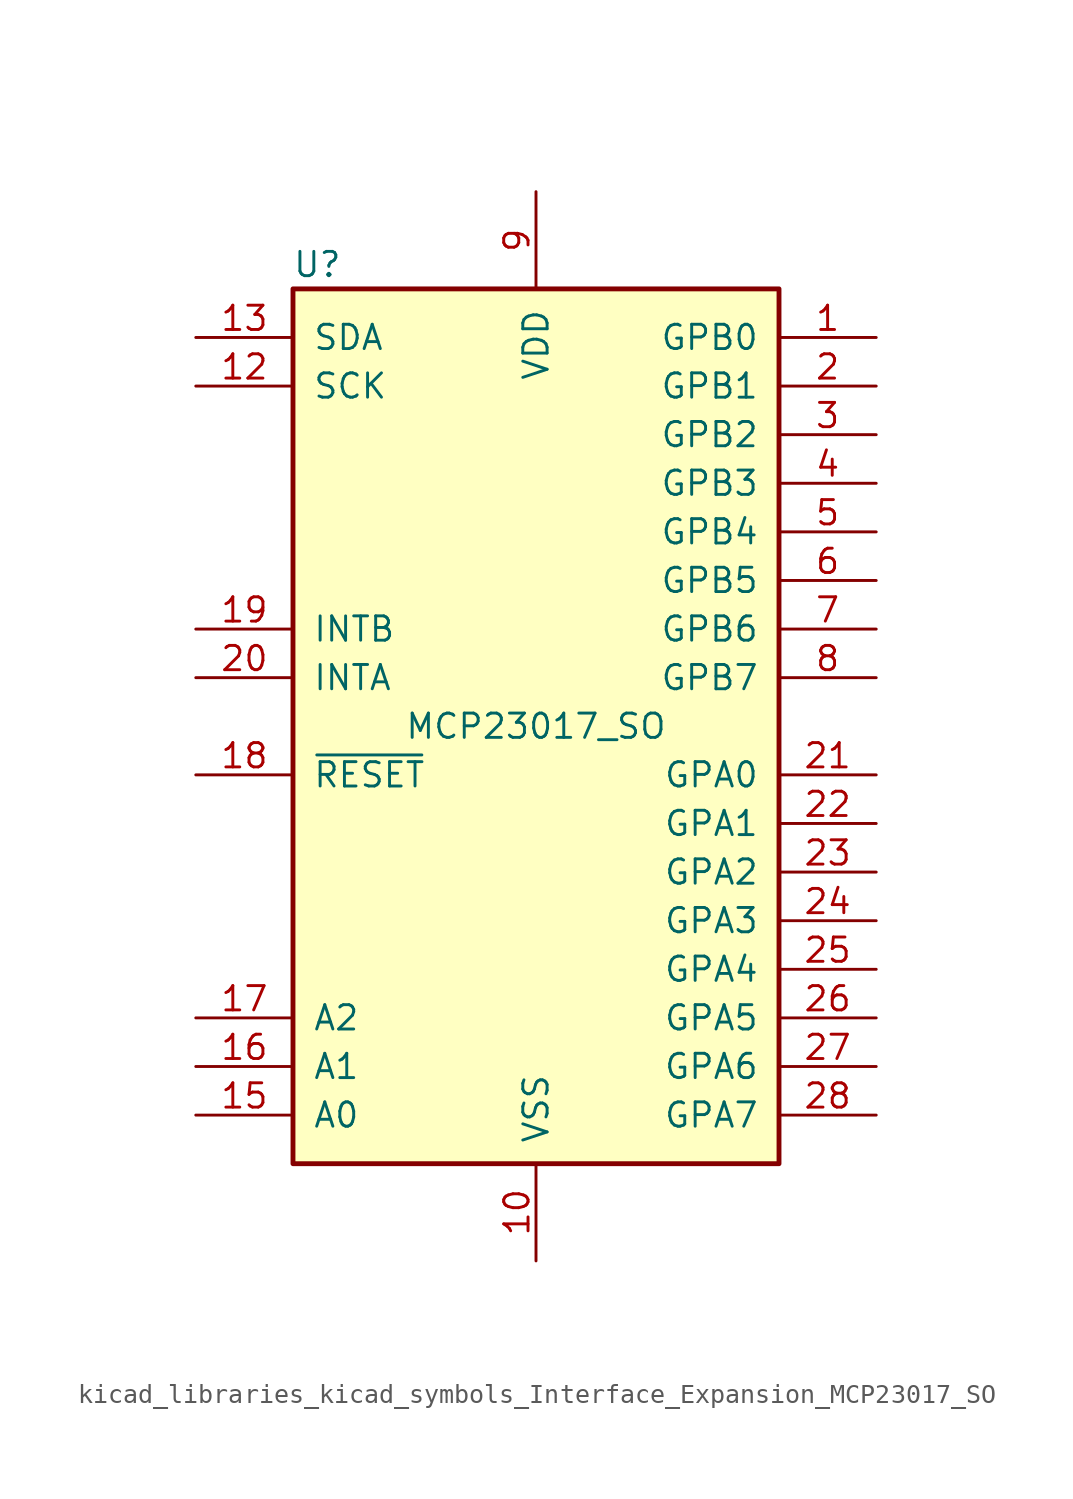
<source format=kicad_sym>
(kicad_symbol_lib
  (version 20220914)
  (generator kicad_symbol_editor)
  (symbol "kicad_libraries_kicad_symbols_Interface_Expansion_MCP23017_SO"
    (pin_names
      (offset 1.016))
    (property "Reference" "U"
      (at -11.43 24.13 0)
      (effects (font (size 1.27 1.27))))
    (property "Value" "MCP23017_SO"
      (at 0 0 0)
      (effects (font (size 1.27 1.27))))
    (symbol "kicad_libraries_kicad_symbols_Interface_Expansion_MCP23017_SO_0_1"
      (rectangle (start -12.7 22.86) (end 12.7 -22.86) (stroke (width 0.254) (type default)) (fill (type background))))
    (symbol "kicad_libraries_kicad_symbols_Interface_Expansion_MCP23017_SO_1_1"
      (pin bidirectional line (at 17.78 20.32 180) (length 5.08) (name "GPB0" (effects (font (size 1.27 1.27)))) (number "1" (effects (font (size 1.27 1.27)))))
      (pin power_in line (at 0 -27.94 90) (length 5.08) (name "VSS" (effects (font (size 1.27 1.27)))) (number "10" (effects (font (size 1.27 1.27)))))
      (pin no_connect line (at -12.7 15.24 0) (length 5.08) hide (name "NC" (effects (font (size 1.27 1.27)))) (number "11" (effects (font (size 1.27 1.27)))))
      (pin input line (at -17.78 17.78 0) (length 5.08) (name "SCK" (effects (font (size 1.27 1.27)))) (number "12" (effects (font (size 1.27 1.27)))))
      (pin bidirectional line (at -17.78 20.32 0) (length 5.08) (name "SDA" (effects (font (size 1.27 1.27)))) (number "13" (effects (font (size 1.27 1.27)))))
      (pin no_connect line (at -12.7 12.7 0) (length 5.08) hide (name "NC" (effects (font (size 1.27 1.27)))) (number "14" (effects (font (size 1.27 1.27)))))
      (pin input line (at -17.78 -20.32 0) (length 5.08) (name "A0" (effects (font (size 1.27 1.27)))) (number "15" (effects (font (size 1.27 1.27)))))
      (pin input line (at -17.78 -17.78 0) (length 5.08) (name "A1" (effects (font (size 1.27 1.27)))) (number "16" (effects (font (size 1.27 1.27)))))
      (pin input line (at -17.78 -15.24 0) (length 5.08) (name "A2" (effects (font (size 1.27 1.27)))) (number "17" (effects (font (size 1.27 1.27)))))
      (pin input line (at -17.78 -2.54 0) (length 5.08) (name "~{RESET}" (effects (font (size 1.27 1.27)))) (number "18" (effects (font (size 1.27 1.27)))))
      (pin tri_state line (at -17.78 5.08 0) (length 5.08) (name "INTB" (effects (font (size 1.27 1.27)))) (number "19" (effects (font (size 1.27 1.27)))))
      (pin bidirectional line (at 17.78 17.78 180) (length 5.08) (name "GPB1" (effects (font (size 1.27 1.27)))) (number "2" (effects (font (size 1.27 1.27)))))
      (pin tri_state line (at -17.78 2.54 0) (length 5.08) (name "INTA" (effects (font (size 1.27 1.27)))) (number "20" (effects (font (size 1.27 1.27)))))
      (pin bidirectional line (at 17.78 -2.54 180) (length 5.08) (name "GPA0" (effects (font (size 1.27 1.27)))) (number "21" (effects (font (size 1.27 1.27)))))
      (pin bidirectional line (at 17.78 -5.08 180) (length 5.08) (name "GPA1" (effects (font (size 1.27 1.27)))) (number "22" (effects (font (size 1.27 1.27)))))
      (pin bidirectional line (at 17.78 -7.62 180) (length 5.08) (name "GPA2" (effects (font (size 1.27 1.27)))) (number "23" (effects (font (size 1.27 1.27)))))
      (pin bidirectional line (at 17.78 -10.16 180) (length 5.08) (name "GPA3" (effects (font (size 1.27 1.27)))) (number "24" (effects (font (size 1.27 1.27)))))
      (pin bidirectional line (at 17.78 -12.7 180) (length 5.08) (name "GPA4" (effects (font (size 1.27 1.27)))) (number "25" (effects (font (size 1.27 1.27)))))
      (pin bidirectional line (at 17.78 -15.24 180) (length 5.08) (name "GPA5" (effects (font (size 1.27 1.27)))) (number "26" (effects (font (size 1.27 1.27)))))
      (pin bidirectional line (at 17.78 -17.78 180) (length 5.08) (name "GPA6" (effects (font (size 1.27 1.27)))) (number "27" (effects (font (size 1.27 1.27)))))
      (pin bidirectional line (at 17.78 -20.32 180) (length 5.08) (name "GPA7" (effects (font (size 1.27 1.27)))) (number "28" (effects (font (size 1.27 1.27)))))
      (pin bidirectional line (at 17.78 15.24 180) (length 5.08) (name "GPB2" (effects (font (size 1.27 1.27)))) (number "3" (effects (font (size 1.27 1.27)))))
      (pin bidirectional line (at 17.78 12.7 180) (length 5.08) (name "GPB3" (effects (font (size 1.27 1.27)))) (number "4" (effects (font (size 1.27 1.27)))))
      (pin bidirectional line (at 17.78 10.16 180) (length 5.08) (name "GPB4" (effects (font (size 1.27 1.27)))) (number "5" (effects (font (size 1.27 1.27)))))
      (pin bidirectional line (at 17.78 7.62 180) (length 5.08) (name "GPB5" (effects (font (size 1.27 1.27)))) (number "6" (effects (font (size 1.27 1.27)))))
      (pin bidirectional line (at 17.78 5.08 180) (length 5.08) (name "GPB6" (effects (font (size 1.27 1.27)))) (number "7" (effects (font (size 1.27 1.27)))))
      (pin bidirectional line (at 17.78 2.54 180) (length 5.08) (name "GPB7" (effects (font (size 1.27 1.27)))) (number "8" (effects (font (size 1.27 1.27)))))
      (pin power_in line (at 0 27.94 270) (length 5.08) (name "VDD" (effects (font (size 1.27 1.27)))) (number "9" (effects (font (size 1.27 1.27))))))))
</source>
